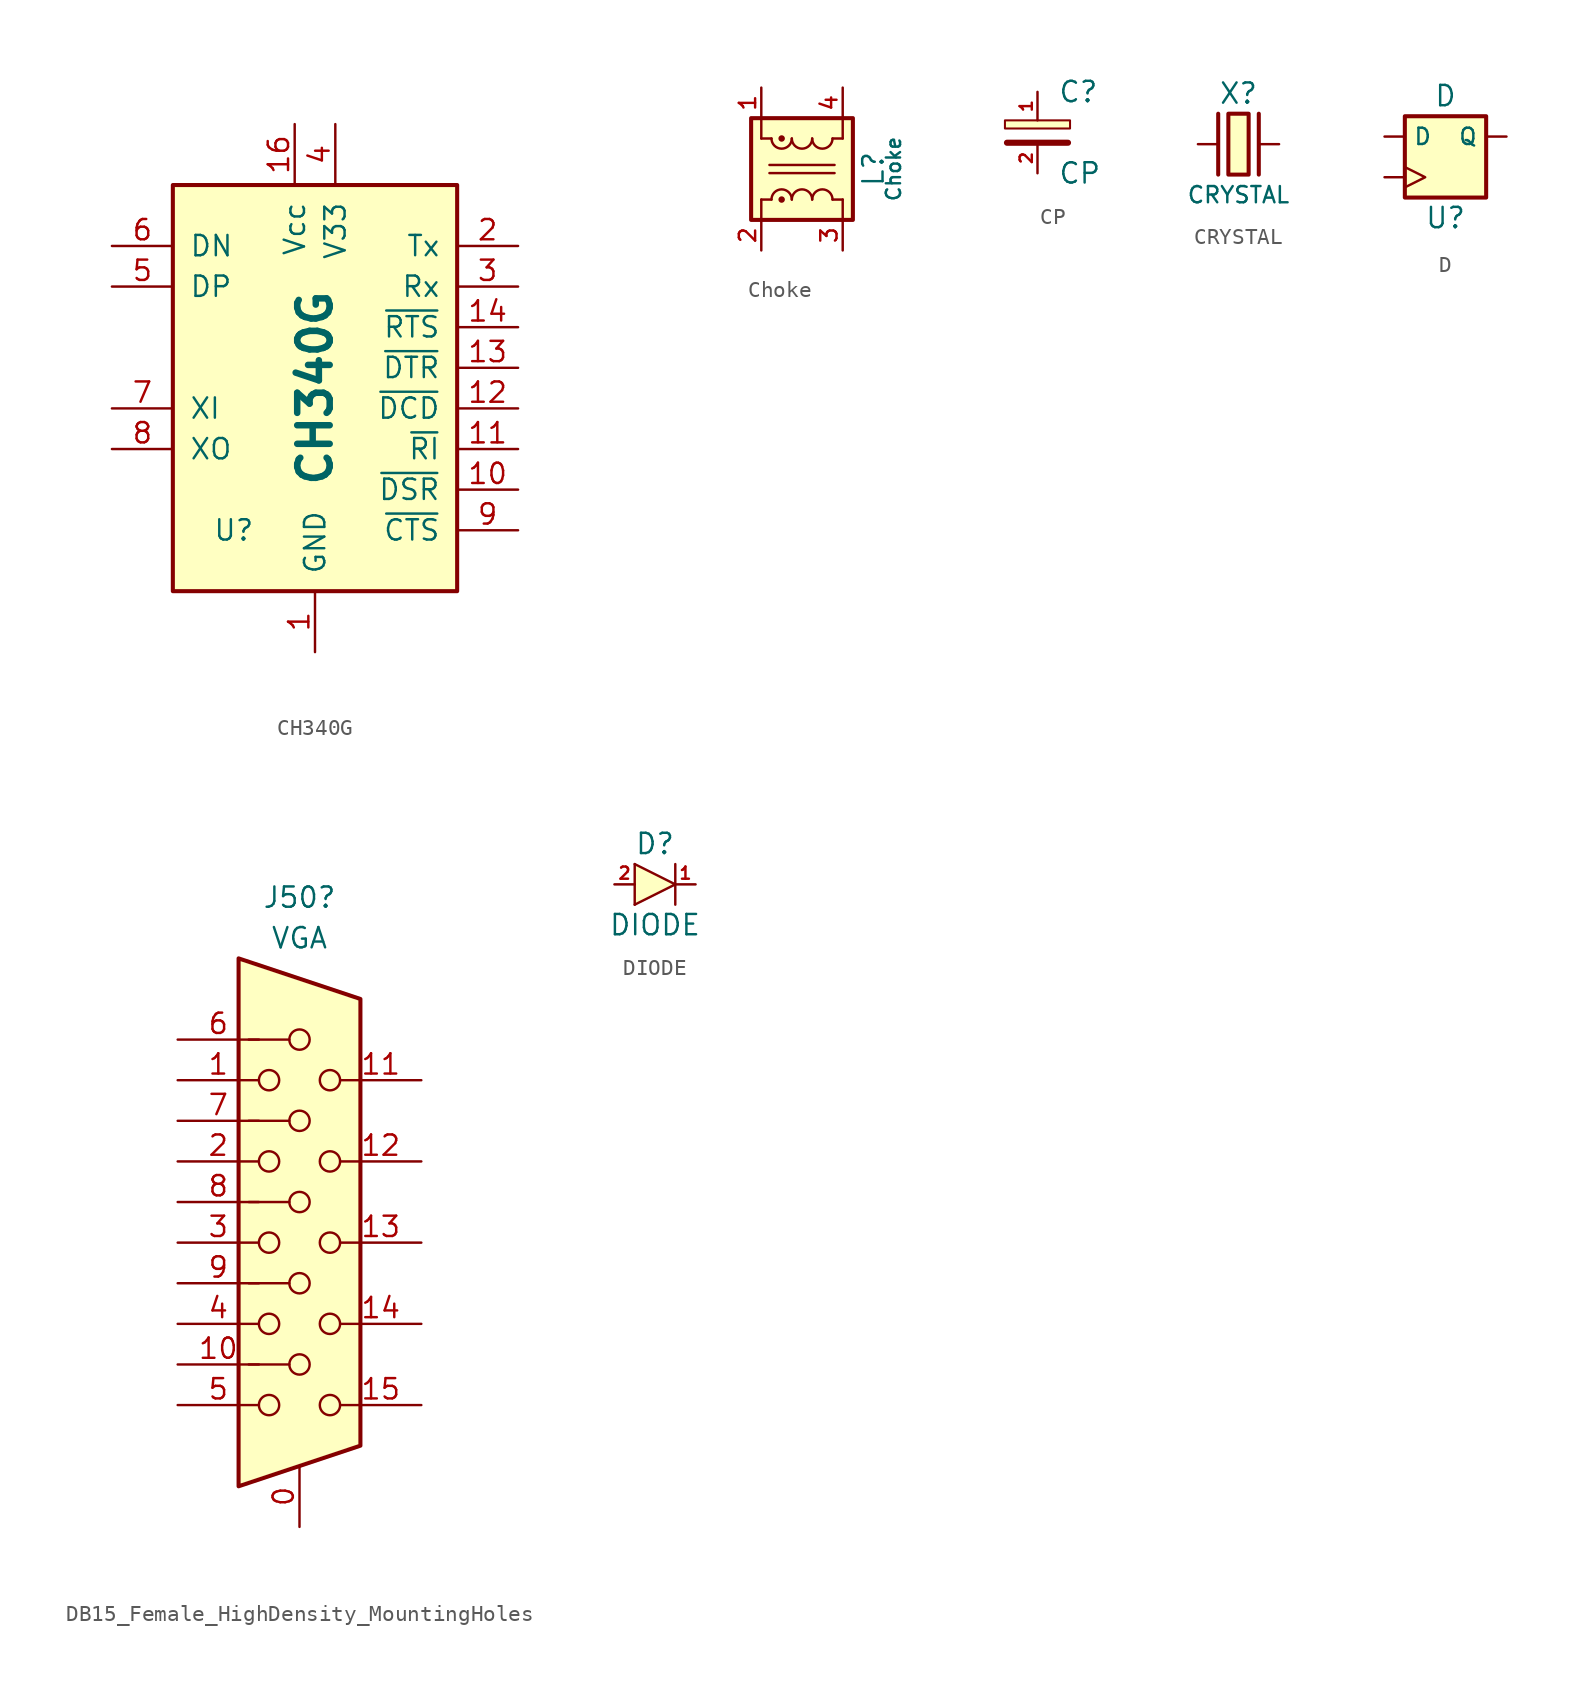
<source format=kicad_sym>
(kicad_symbol_lib
  (version 20231120)
  (generator "kicad_symbol_editor")
  (generator_version "8.0")
  (symbol "CH340G"
    (pin_names
      (offset 1.016))
    (property "Reference" "U"
      (at -5.08 -8.89 0)
      (effects (font (size 1.27 1.27))))
    (property "Value" "CH340G"
      (at 0 0 90)
      (effects (font (size 2.032 2.032) (bold yes))))
    (symbol "CH340G_0_1"
      (rectangle (start 8.89 12.7) (end -8.89 -12.7) (stroke (width 0.254) (type default)) (fill (type background))))
    (symbol "CH340G_1_1"
      (pin power_in line (at 0 -16.51 90) (length 3.81) (name "GND" (effects (font (size 1.27 1.27)))) (number "1" (effects (font (size 1.27 1.27)))))
      (pin bidirectional line (at 12.7 -6.35 180) (length 3.81) (name "~{DSR}" (effects (font (size 1.27 1.27)))) (number "10" (effects (font (size 1.27 1.27)))))
      (pin bidirectional line (at 12.7 -3.81 180) (length 3.81) (name "~{RI}" (effects (font (size 1.27 1.27)))) (number "11" (effects (font (size 1.27 1.27)))))
      (pin bidirectional line (at 12.7 -1.27 180) (length 3.81) (name "~{DCD}" (effects (font (size 1.27 1.27)))) (number "12" (effects (font (size 1.27 1.27)))))
      (pin bidirectional line (at 12.7 1.27 180) (length 3.81) (name "~{DTR}" (effects (font (size 1.27 1.27)))) (number "13" (effects (font (size 1.27 1.27)))))
      (pin bidirectional line (at 12.7 3.81 180) (length 3.81) (name "~{RTS}" (effects (font (size 1.27 1.27)))) (number "14" (effects (font (size 1.27 1.27)))))
      (pin power_in line (at -1.27 16.51 270) (length 3.81) (name "Vcc" (effects (font (size 1.27 1.27)))) (number "16" (effects (font (size 1.27 1.27)))))
      (pin bidirectional line (at 12.7 8.89 180) (length 3.81) (name "Tx" (effects (font (size 1.27 1.27)))) (number "2" (effects (font (size 1.27 1.27)))))
      (pin bidirectional line (at 12.7 6.35 180) (length 3.81) (name "Rx" (effects (font (size 1.27 1.27)))) (number "3" (effects (font (size 1.27 1.27)))))
      (pin power_in line (at 1.27 16.51 270) (length 3.81) (name "V33" (effects (font (size 1.27 1.27)))) (number "4" (effects (font (size 1.27 1.27)))))
      (pin bidirectional line (at -12.7 6.35 0) (length 3.81) (name "DP" (effects (font (size 1.27 1.27)))) (number "5" (effects (font (size 1.27 1.27)))))
      (pin bidirectional line (at -12.7 8.89 0) (length 3.81) (name "DN" (effects (font (size 1.27 1.27)))) (number "6" (effects (font (size 1.27 1.27)))))
      (pin bidirectional line (at -12.7 -1.27 0) (length 3.81) (name "XI" (effects (font (size 1.27 1.27)))) (number "7" (effects (font (size 1.27 1.27)))))
      (pin bidirectional line (at -12.7 -3.81 0) (length 3.81) (name "XO" (effects (font (size 1.27 1.27)))) (number "8" (effects (font (size 1.27 1.27)))))
      (pin bidirectional line (at 12.7 -8.89 180) (length 3.81) (name "~{CTS}" (effects (font (size 1.27 1.27)))) (number "9" (effects (font (size 1.27 1.27)))))))
  (symbol "Choke"
    (pin_names
      (offset 0))
    (property "Reference" "L"
      (at 4.445 0 90)
      (effects (font (size 1.27 1.27))))
    (property "Value" "Choke"
      (at 5.715 0 90)
      (effects (font (size 0.889 0.889))))
    (property "Datasheet" ""
      (at -8.89 0 0)
      (effects (font (size 1.524 1.524))))
    (symbol "Choke_0_1"
      (rectangle (start -3.175 3.175) (end 3.175 -3.175) (stroke (width 0.254) (type default)) (fill (type background)))
      (arc (start -1.905 1.905) (mid -1.27 1.2727) (end -0.635 1.905) (stroke (width 0) (type default)) (fill (type none)))
      (circle (center -1.27 -1.905) (radius 0.127) (stroke (width 0) (type default)) (fill (type outline)))
      (circle (center -1.27 1.905) (radius 0.127) (stroke (width 0) (type default)) (fill (type outline)))
      (arc (start -0.635 -1.905) (mid -1.27 -1.2727) (end -1.905 -1.905) (stroke (width 0) (type default)) (fill (type none)))
      (arc (start -0.635 1.905) (mid 0 1.2727) (end 0.635 1.905) (stroke (width 0) (type default)) (fill (type none)))
      (polyline (pts (xy -2.54 -1.905) (xy -2.54 -3.175)) (stroke (width 0.152) (type default)) (fill (type none)))
      (polyline (pts (xy -2.54 1.905) (xy -1.905 1.905)) (stroke (width 0) (type default)) (fill (type none)))
      (polyline (pts (xy -2.54 3.175) (xy -2.54 1.905)) (stroke (width 0.152) (type default)) (fill (type none)))
      (polyline (pts (xy -2.032 -0.254) (xy 2.032 -0.254)) (stroke (width 0) (type default)) (fill (type none)))
      (polyline (pts (xy -2.032 0.254) (xy 2.032 0.254)) (stroke (width 0) (type default)) (fill (type none)))
      (polyline (pts (xy -1.905 -1.905) (xy -2.54 -1.905)) (stroke (width 0) (type default)) (fill (type none)))
      (polyline (pts (xy 1.905 -1.905) (xy 2.54 -1.905)) (stroke (width 0) (type default)) (fill (type none)))
      (polyline (pts (xy 1.905 1.905) (xy 2.54 1.905)) (stroke (width 0) (type default)) (fill (type none)))
      (polyline (pts (xy 2.54 -1.905) (xy 2.54 -3.175)) (stroke (width 0.152) (type default)) (fill (type none)))
      (polyline (pts (xy 2.54 3.175) (xy 2.54 1.905)) (stroke (width 0.152) (type default)) (fill (type none)))
      (arc (start 0.635 -1.905) (mid 0 -1.2727) (end -0.635 -1.905) (stroke (width 0) (type default)) (fill (type none)))
      (arc (start 0.635 1.905) (mid 1.27 1.2727) (end 1.905 1.905) (stroke (width 0) (type default)) (fill (type none)))
      (arc (start 1.905 -1.905) (mid 1.27 -1.2727) (end 0.635 -1.905) (stroke (width 0) (type default)) (fill (type none))))
    (symbol "Choke_1_1"
      (pin passive line (at -2.54 5.08 270) (length 1.905) (name "~" (effects (font (size 1.016 1.016)))) (number "1" (effects (font (size 1.016 1.016)))))
      (pin passive line (at -2.54 -5.08 90) (length 1.905) (name "~" (effects (font (size 1.016 1.016)))) (number "2" (effects (font (size 1.016 1.016)))))
      (pin passive line (at 2.54 -5.08 90) (length 1.905) (name "~" (effects (font (size 1.016 1.016)))) (number "3" (effects (font (size 1.016 1.016)))))
      (pin passive line (at 2.54 5.08 270) (length 1.905) (name "~" (effects (font (size 1.016 1.016)))) (number "4" (effects (font (size 1.016 1.016)))))))
  (symbol "CP"
    (pin_names
      (offset 0.254) hide)
    (property "Reference" "C"
      (at 1.27 2.54 0)
      (effects (font (size 1.27 1.27)) (justify left)))
    (property "Value" "CP"
      (at 1.27 -2.54 0)
      (effects (font (size 1.27 1.27)) (justify left)))
    (property "Link" ""
      (at 0 0 0)
      (effects (font (size 1.27 1.27))))
    (symbol "CP_0_1"
      (rectangle (start -2.032 0.762) (end 2.032 0.254) (stroke (width 0.127) (type default)) (fill (type background)))
      (polyline (pts (xy 1.905 -0.635) (xy -1.905 -0.635) (xy -1.905 -0.635)) (stroke (width 0.381) (type default)) (fill (type none))))
    (symbol "CP_1_1"
      (pin passive line (at 0 2.54 270) (length 1.778) (name "~" (effects (font (size 1.016 1.016)))) (number "1" (effects (font (size 0.762 0.762)))))
      (pin passive line (at 0 -2.54 90) (length 1.905) (name "~" (effects (font (size 1.016 1.016)))) (number "2" (effects (font (size 0.762 0.762)))))))
  (symbol "CRYSTAL"
    (pin_numbers hide)
    (pin_names
      (offset 1.016) hide)
    (property "Reference" "X"
      (at 0 3.175 0)
      (effects (font (size 1.27 1.27))))
    (property "Value" "CRYSTAL"
      (at 0 -3.175 0)
      (effects (font (size 1.016 1.016))))
    (property "Footprint" ""
      (at 0 0 0)
      (effects (font (size 1.524 1.524))))
    (property "Datasheet" ""
      (at 0 0 0)
      (effects (font (size 1.524 1.524))))
    (symbol "CRYSTAL_0_1"
      (rectangle (start -0.635 1.905) (end 0.635 -1.905) (stroke (width 0.254) (type default)) (fill (type background)))
      (polyline (pts (xy -1.27 1.905) (xy -1.27 -1.905) (xy -1.27 -1.905)) (stroke (width 0.254) (type default)) (fill (type none)))
      (polyline (pts (xy 1.27 1.905) (xy 1.27 -1.905) (xy 1.27 -1.905)) (stroke (width 0.254) (type default)) (fill (type none))))
    (symbol "CRYSTAL_1_1"
      (pin passive line (at -2.54 0 0) (length 1.27) (name "1" (effects (font (size 1.016 1.016)))) (number "1" (effects (font (size 1.016 1.016)))))
      (pin passive line (at 2.54 0 180) (length 1.27) (name "2" (effects (font (size 1.016 1.016)))) (number "2" (effects (font (size 1.016 1.016)))))))
  (symbol "D"
    (pin_numbers hide)
    (property "Reference" "U"
      (at 0 -3.81 0)
      (effects (font (size 1.27 1.27))))
    (property "Value" "D"
      (at 0 3.81 0)
      (effects (font (size 1.27 1.27))))
    (property "Footprint" ""
      (at 0 0 0)
      (effects (font (size 1.524 1.524))))
    (property "Datasheet" ""
      (at 0 0 0)
      (effects (font (size 1.524 1.524))))
    (symbol "D_0_1"
      (rectangle (start -2.54 2.54) (end 2.54 -2.54) (stroke (width 0.254) (type default)) (fill (type background))))
    (symbol "D_1_1"
      (pin input line (at -3.81 1.27 0) (length 1.27) (name "D" (effects (font (size 1.016 1.016)))) (number "~" (effects (font (size 1.27 1.27)))))
      (pin input line (at 3.81 1.27 180) (length 1.27) (name "Q" (effects (font (size 1.016 1.016)))) (number "~" (effects (font (size 1.27 1.27)))))
      (pin input clock (at -3.81 -1.27 0) (length 1.27) (name "~" (effects (font (size 1.27 1.27)))) (number "~" (effects (font (size 1.27 1.27)))))))
  (symbol "DB15_Female_HighDensity_MountingHoles"
    (pin_names
      (offset 1.016) hide)
    (property "Reference" "J50"
      (at 0 21.59 0)
      (effects (font (size 1.27 1.27))))
    (property "Value" "VGA"
      (at 0 19.05 0)
      (effects (font (size 1.27 1.27))))
    (symbol "DB15_Female_HighDensity_MountingHoles_0_1"
      (circle (center -1.905 -10.16) (radius 0.635) (stroke (width 0) (type default)) (fill (type none)))
      (circle (center -1.905 -5.08) (radius 0.635) (stroke (width 0) (type default)) (fill (type none)))
      (circle (center -1.905 0) (radius 0.635) (stroke (width 0) (type default)) (fill (type none)))
      (circle (center -1.905 5.08) (radius 0.635) (stroke (width 0) (type default)) (fill (type none)))
      (circle (center -1.905 10.16) (radius 0.635) (stroke (width 0) (type default)) (fill (type none)))
      (circle (center 0 -7.62) (radius 0.635) (stroke (width 0) (type default)) (fill (type none)))
      (circle (center 0 -2.54) (radius 0.635) (stroke (width 0) (type default)) (fill (type none)))
      (polyline (pts (xy -3.175 7.62) (xy -0.635 7.62)) (stroke (width 0) (type default)) (fill (type none)))
      (polyline (pts (xy -0.635 -7.62) (xy -3.175 -7.62)) (stroke (width 0) (type default)) (fill (type none)))
      (polyline (pts (xy -0.635 -2.54) (xy -3.175 -2.54)) (stroke (width 0) (type default)) (fill (type none)))
      (polyline (pts (xy -0.635 2.54) (xy -3.175 2.54)) (stroke (width 0) (type default)) (fill (type none)))
      (polyline (pts (xy -0.635 12.7) (xy -3.175 12.7)) (stroke (width 0) (type default)) (fill (type none)))
      (polyline (pts (xy -3.81 17.78) (xy -3.81 -15.24) (xy 3.81 -12.7) (xy 3.81 15.24) (xy -3.81 17.78)) (stroke (width 0.254) (type default)) (fill (type background)))
      (circle (center 0 2.54) (radius 0.635) (stroke (width 0) (type default)) (fill (type none)))
      (circle (center 0 7.62) (radius 0.635) (stroke (width 0) (type default)) (fill (type none)))
      (circle (center 0 12.7) (radius 0.635) (stroke (width 0) (type default)) (fill (type none)))
      (circle (center 1.905 -10.16) (radius 0.635) (stroke (width 0) (type default)) (fill (type none)))
      (circle (center 1.905 -5.08) (radius 0.635) (stroke (width 0) (type default)) (fill (type none)))
      (circle (center 1.905 0) (radius 0.635) (stroke (width 0) (type default)) (fill (type none)))
      (circle (center 1.905 5.08) (radius 0.635) (stroke (width 0) (type default)) (fill (type none)))
      (circle (center 1.905 10.16) (radius 0.635) (stroke (width 0) (type default)) (fill (type none))))
    (symbol "DB15_Female_HighDensity_MountingHoles_1_1"
      (pin passive line (at 0 -17.78 90) (length 3.81) (name "~" (effects (font (size 1.27 1.27)))) (number "0" (effects (font (size 1.27 1.27)))))
      (pin passive line (at -7.62 10.16 0) (length 5.08) (name "~" (effects (font (size 1.27 1.27)))) (number "1" (effects (font (size 1.27 1.27)))))
      (pin passive line (at -7.62 -7.62 0) (length 5.08) (name "~" (effects (font (size 1.27 1.27)))) (number "10" (effects (font (size 1.27 1.27)))))
      (pin passive line (at 7.62 10.16 180) (length 5.08) (name "~" (effects (font (size 1.27 1.27)))) (number "11" (effects (font (size 1.27 1.27)))))
      (pin passive line (at 7.62 5.08 180) (length 5.08) (name "~" (effects (font (size 1.27 1.27)))) (number "12" (effects (font (size 1.27 1.27)))))
      (pin passive line (at 7.62 0 180) (length 5.08) (name "~" (effects (font (size 1.27 1.27)))) (number "13" (effects (font (size 1.27 1.27)))))
      (pin passive line (at 7.62 -5.08 180) (length 5.08) (name "~" (effects (font (size 1.27 1.27)))) (number "14" (effects (font (size 1.27 1.27)))))
      (pin passive line (at 7.62 -10.16 180) (length 5.08) (name "~" (effects (font (size 1.27 1.27)))) (number "15" (effects (font (size 1.27 1.27)))))
      (pin passive line (at -7.62 5.08 0) (length 5.08) (name "~" (effects (font (size 1.27 1.27)))) (number "2" (effects (font (size 1.27 1.27)))))
      (pin passive line (at -7.62 0 0) (length 5.08) (name "~" (effects (font (size 1.27 1.27)))) (number "3" (effects (font (size 1.27 1.27)))))
      (pin passive line (at -7.62 -5.08 0) (length 5.08) (name "~" (effects (font (size 1.27 1.27)))) (number "4" (effects (font (size 1.27 1.27)))))
      (pin passive line (at -7.62 -10.16 0) (length 5.08) (name "~" (effects (font (size 1.27 1.27)))) (number "5" (effects (font (size 1.27 1.27)))))
      (pin passive line (at -7.62 12.7 0) (length 5.08) (name "~" (effects (font (size 1.27 1.27)))) (number "6" (effects (font (size 1.27 1.27)))))
      (pin passive line (at -7.62 7.62 0) (length 5.08) (name "~" (effects (font (size 1.27 1.27)))) (number "7" (effects (font (size 1.27 1.27)))))
      (pin passive line (at -7.62 2.54 0) (length 5.08) (name "~" (effects (font (size 1.27 1.27)))) (number "8" (effects (font (size 1.27 1.27)))))
      (pin passive line (at -7.62 -2.54 0) (length 5.08) (name "~" (effects (font (size 1.27 1.27)))) (number "9" (effects (font (size 1.27 1.27)))))))
  (symbol "DIODE"
    (pin_names
      (offset 1.016) hide)
    (property "Reference" "D"
      (at 0 2.54 0)
      (effects (font (size 1.27 1.27))))
    (property "Value" "DIODE"
      (at 0 -2.54 0)
      (effects (font (size 1.27 1.27))))
    (property "Link" ""
      (at 0 0 0)
      (effects (font (size 1.27 1.27))))
    (symbol "DIODE_0_1"
      (polyline (pts (xy 1.27 1.27) (xy 1.27 -1.27)) (stroke (width 0) (type default)) (fill (type none)))
      (polyline (pts (xy -1.27 1.27) (xy -1.27 -1.27) (xy -1.27 -1.27)) (stroke (width 0) (type default)) (fill (type none)))
      (polyline (pts (xy -1.27 1.27) (xy 1.27 0) (xy -1.27 -1.27)) (stroke (width 0) (type default)) (fill (type background))))
    (symbol "DIODE_1_1"
      (pin passive line (at 2.54 0 180) (length 1.27) (name "K" (effects (font (size 1.016 1.016)))) (number "1" (effects (font (size 0.762 0.762)))))
      (pin passive line (at -2.54 0 0) (length 1.27) (name "A" (effects (font (size 1.016 1.016)))) (number "2" (effects (font (size 0.762 0.762))))))))
</source>
